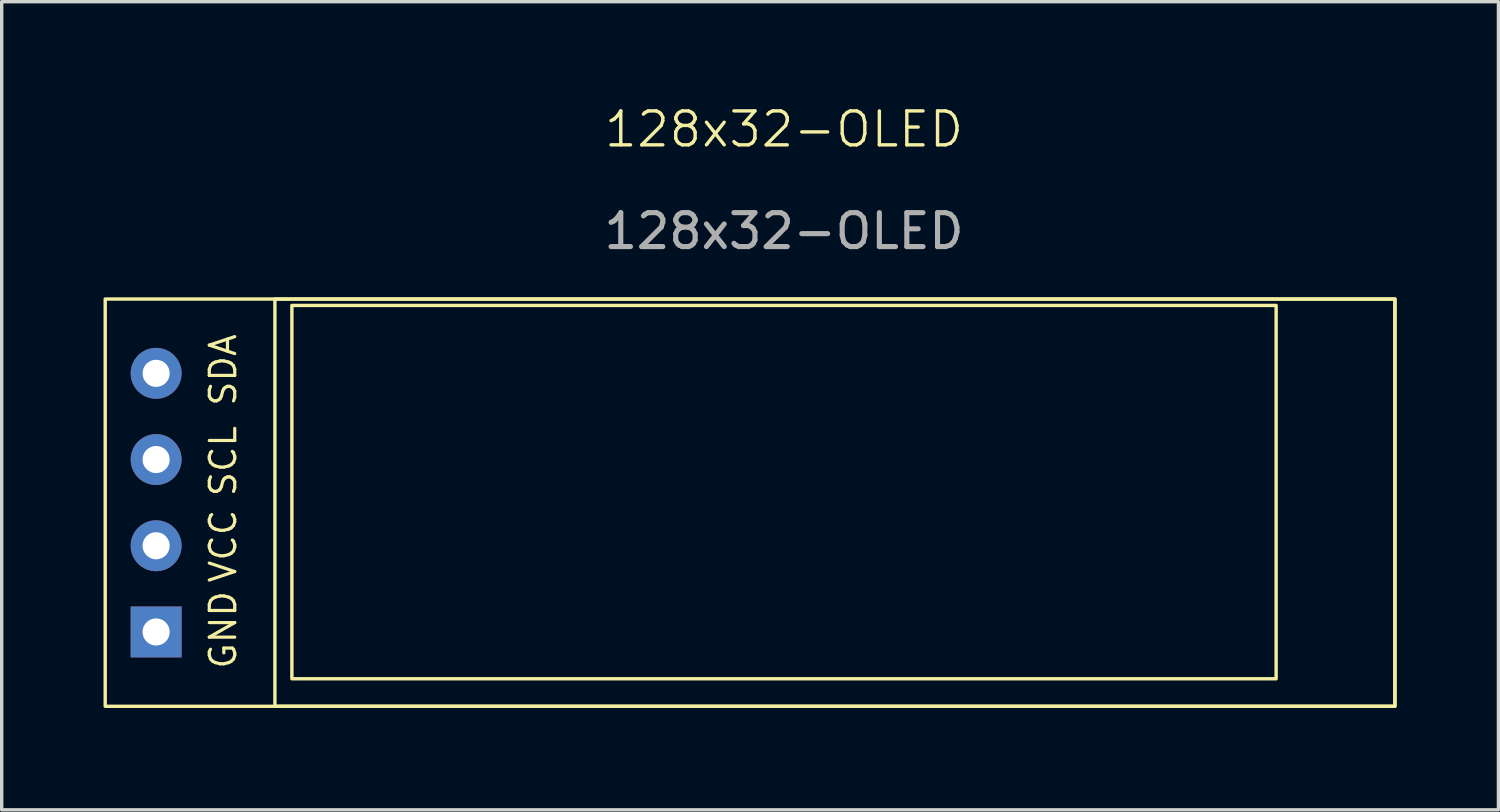
<source format=kicad_pcb>
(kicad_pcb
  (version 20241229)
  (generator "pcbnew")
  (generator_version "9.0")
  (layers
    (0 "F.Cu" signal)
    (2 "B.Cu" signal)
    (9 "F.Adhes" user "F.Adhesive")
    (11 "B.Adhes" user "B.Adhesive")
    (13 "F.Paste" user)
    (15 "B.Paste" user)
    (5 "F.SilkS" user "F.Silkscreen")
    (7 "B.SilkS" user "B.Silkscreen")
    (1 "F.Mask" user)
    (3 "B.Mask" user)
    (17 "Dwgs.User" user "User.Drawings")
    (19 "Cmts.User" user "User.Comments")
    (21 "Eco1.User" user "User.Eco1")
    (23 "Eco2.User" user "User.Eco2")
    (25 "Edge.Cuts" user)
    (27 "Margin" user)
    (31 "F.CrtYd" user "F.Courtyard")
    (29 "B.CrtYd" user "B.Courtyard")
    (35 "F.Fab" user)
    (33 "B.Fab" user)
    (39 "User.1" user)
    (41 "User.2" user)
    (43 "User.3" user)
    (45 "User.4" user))
  (footprint "128x32-OLED"
    (layer "F.Cu")
    (at 1.55 7.95)
    (property "Reference" "128x32-OLED" (at 18.5 -7.19 0) (unlocked yes) (layer "F.SilkS") (effects (font (size 1 1) (thickness 0.1))))
    (attr smd)
    (fp_rect (start -1.5 -2.19) (end 36.5 9.81) (stroke (width 0.1) (type default)) (fill no) (layer "F.SilkS"))
    (fp_rect (start 3.5 -2.19) (end 36.5 9.81) (stroke (width 0.1) (type default)) (fill no) (layer "F.SilkS"))
    (fp_rect (start 4 -2) (end 33 9) (stroke (width 0.1) (type default)) (fill no) (layer "F.SilkS"))
    (fp_text user "GND" (at 2.413 8.763 90) (unlocked yes) (layer "F.SilkS") (effects (font (size 0.75 0.75) (thickness 0.094)) (justify left bottom)))
    (fp_text user "VCC" (at 2.413 6.223 90) (unlocked yes) (layer "F.SilkS") (effects (font (size 0.75 0.75) (thickness 0.094)) (justify left bottom)))
    (fp_text user "SCL" (at 2.413 3.683 90) (unlocked yes) (layer "F.SilkS") (effects (font (size 0.75 0.75) (thickness 0.094)) (justify left bottom)))
    (fp_text user "SDA" (at 2.413 1.016 90) (unlocked yes) (layer "F.SilkS") (effects (font (size 0.75 0.75) (thickness 0.094)) (justify left bottom)))
    (fp_text user "${REFERENCE}" (at 18.5 -4.19 0) (unlocked yes) (layer "F.Fab") (effects (font (size 1 1) (thickness 0.15))))
    (pad "1" thru_hole circle (at 0 0) (size 1.5 1.5) (drill 0.8) (layers "*.Cu" "*.Mask"))
    (pad "2" thru_hole circle (at 0 2.54) (size 1.5 1.5) (drill 0.8) (layers "*.Cu" "*.Mask"))
    (pad "3" thru_hole circle (at 0 5.08) (size 1.5 1.5) (drill 0.8) (layers "*.Cu" "*.Mask"))
    (pad "4" thru_hole rect (at 0 7.62) (size 1.5 1.5) (drill 0.8) (layers "*.Cu" "*.Mask")))
  (gr_rect
    (start -3 -3)
    (end 41.1 20.811)
    (stroke (width 0.1) (type default))
    (fill no)
    (layer "Edge.Cuts")))
</source>
